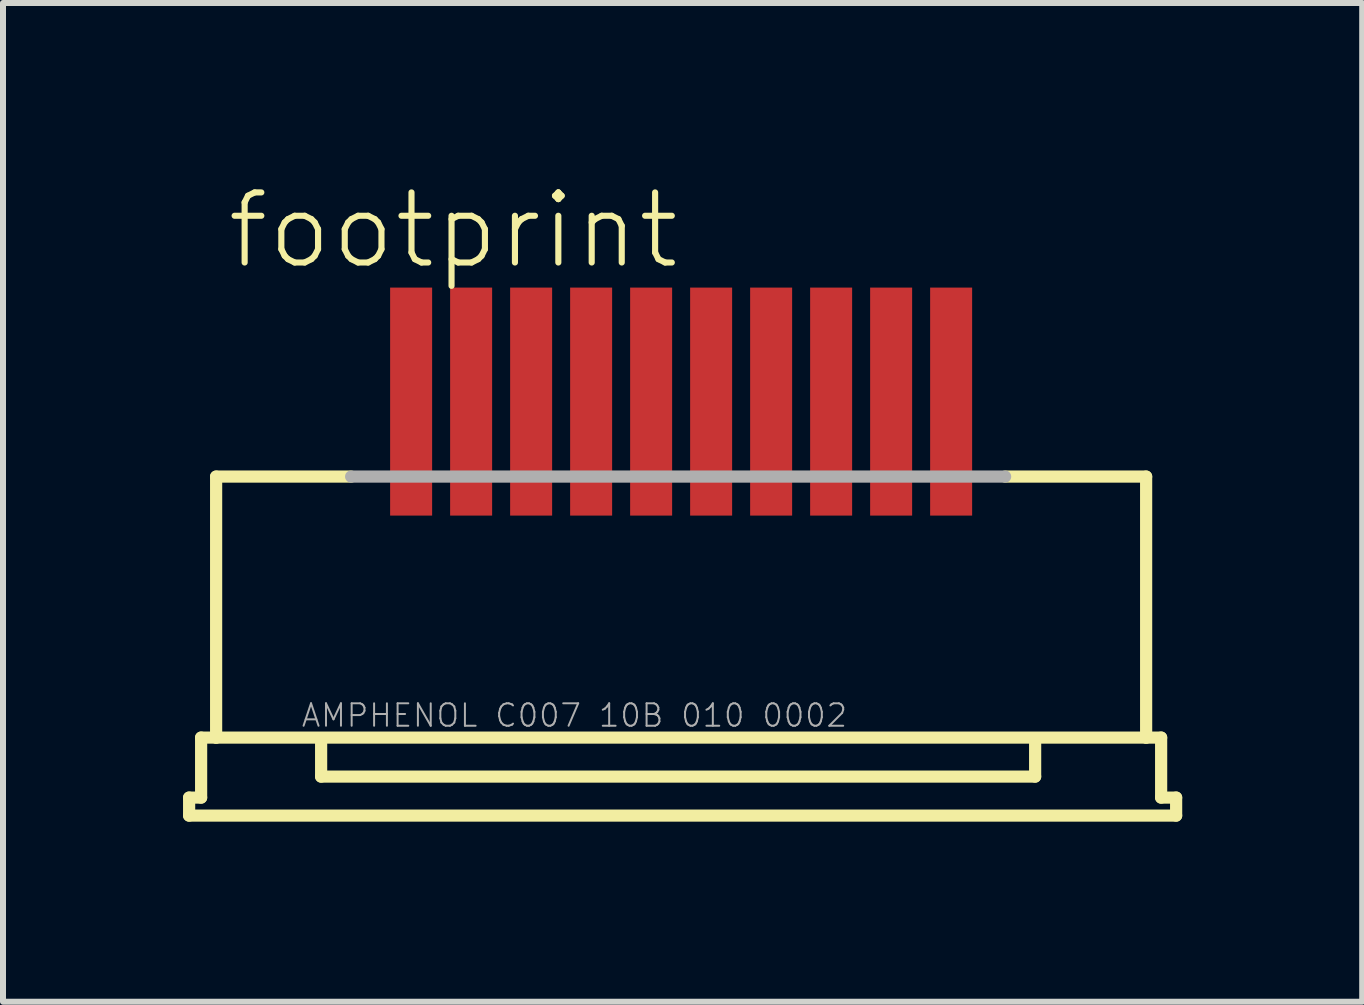
<source format=kicad_pcb>
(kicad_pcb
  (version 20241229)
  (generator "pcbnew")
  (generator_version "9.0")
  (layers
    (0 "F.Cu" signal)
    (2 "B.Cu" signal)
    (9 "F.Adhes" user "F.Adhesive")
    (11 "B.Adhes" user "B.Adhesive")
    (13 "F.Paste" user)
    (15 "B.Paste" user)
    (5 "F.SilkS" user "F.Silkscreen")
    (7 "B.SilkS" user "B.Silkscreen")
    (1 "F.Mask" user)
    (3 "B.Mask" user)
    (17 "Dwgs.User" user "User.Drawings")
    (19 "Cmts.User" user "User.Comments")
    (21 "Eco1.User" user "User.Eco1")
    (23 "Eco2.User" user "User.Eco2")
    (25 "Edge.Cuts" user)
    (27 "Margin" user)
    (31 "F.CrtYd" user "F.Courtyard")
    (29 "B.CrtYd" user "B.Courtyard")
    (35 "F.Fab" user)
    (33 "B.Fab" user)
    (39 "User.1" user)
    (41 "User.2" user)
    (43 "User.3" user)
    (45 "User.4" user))
  (footprint "footprint"
    (layer "F.Cu")
    (at 8.302 6.553)
    (property "Reference" "footprint" (at -7.62 -5.08 0) (layer "F.SilkS") (effects (font (size 1.168 1.168) (thickness 0.102)) (justify left bottom)))
    (fp_line (start -8.2 3.69) (end -8 3.69) (stroke (width 0.203) (type solid)) (layer "F.SilkS"))
    (fp_line (start -8.2 3.99) (end -8.2 3.69) (stroke (width 0.203) (type solid)) (layer "F.SilkS"))
    (fp_line (start -8 2.69) (end -7.75 2.69) (stroke (width 0.203) (type solid)) (layer "F.SilkS"))
    (fp_line (start -8 3.69) (end -8 2.69) (stroke (width 0.203) (type solid)) (layer "F.SilkS"))
    (fp_line (start -7.75 -1.66) (end -5.5 -1.66) (stroke (width 0.203) (type solid)) (layer "F.SilkS"))
    (fp_line (start -7.75 2.69) (end -7.75 -1.66) (stroke (width 0.203) (type solid)) (layer "F.SilkS"))
    (fp_line (start -7.75 2.69) (end 7.75 2.69) (stroke (width 0.203) (type solid)) (layer "F.SilkS"))
    (fp_line (start -6 2.79) (end -6 3.34) (stroke (width 0.203) (type solid)) (layer "F.SilkS"))
    (fp_line (start 5.4 -1.66) (end 7.75 -1.66) (stroke (width 0.203) (type solid)) (layer "F.SilkS"))
    (fp_line (start 5.9 3.34) (end -6 3.34) (stroke (width 0.203) (type solid)) (layer "F.SilkS"))
    (fp_line (start 5.9 3.34) (end 5.9 2.79) (stroke (width 0.203) (type solid)) (layer "F.SilkS"))
    (fp_line (start 7.75 -1.66) (end 7.75 2.69) (stroke (width 0.203) (type solid)) (layer "F.SilkS"))
    (fp_line (start 7.75 2.69) (end 8 2.69) (stroke (width 0.203) (type solid)) (layer "F.SilkS"))
    (fp_line (start 8 2.69) (end 8 3.69) (stroke (width 0.203) (type solid)) (layer "F.SilkS"))
    (fp_line (start 8 3.69) (end 8.25 3.69) (stroke (width 0.203) (type solid)) (layer "F.SilkS"))
    (fp_line (start 8.25 3.69) (end 8.25 3.99) (stroke (width 0.203) (type solid)) (layer "F.SilkS"))
    (fp_line (start 8.25 3.99) (end -8.2 3.99) (stroke (width 0.203) (type solid)) (layer "F.SilkS"))
    (fp_line (start -5.5 -1.66) (end 5.4 -1.66) (stroke (width 0.203) (type solid)) (layer "F.Fab"))
    (fp_text user "AMPHENOL C007 10B 010 0002" (at -6.35 2.54 0) (layer "F.Fab") (effects (font (size 0.374 0.374) (thickness 0.033)) (justify left bottom)))
    (pad "1" smd rect (at -4.5 -2.91) (size 0.7 3.8) (layers "F.Cu" "F.Mask" "F.Paste"))
    (pad "2" smd rect (at -3.5 -2.91) (size 0.7 3.8) (layers "F.Cu" "F.Mask" "F.Paste"))
    (pad "3" smd rect (at -2.5 -2.91) (size 0.7 3.8) (layers "F.Cu" "F.Mask" "F.Paste"))
    (pad "4" smd rect (at -1.5 -2.91) (size 0.7 3.8) (layers "F.Cu" "F.Mask" "F.Paste"))
    (pad "5" smd rect (at -0.5 -2.91) (size 0.7 3.8) (layers "F.Cu" "F.Mask" "F.Paste"))
    (pad "6" smd rect (at 0.5 -2.91) (size 0.7 3.8) (layers "F.Cu" "F.Mask" "F.Paste"))
    (pad "7" smd rect (at 1.5 -2.91) (size 0.7 3.8) (layers "F.Cu" "F.Mask" "F.Paste"))
    (pad "8" smd rect (at 2.5 -2.91) (size 0.7 3.8) (layers "F.Cu" "F.Mask" "F.Paste"))
    (pad "9" smd rect (at 3.5 -2.91) (size 0.7 3.8) (layers "F.Cu" "F.Mask" "F.Paste"))
    (pad "10" smd rect (at 4.5 -2.91) (size 0.7 3.8) (layers "F.Cu" "F.Mask" "F.Paste")))
  (gr_rect
    (start -3 -3)
    (end 19.653 13.645)
    (stroke (width 0.1) (type default))
    (fill no)
    (layer "Edge.Cuts")))
</source>
